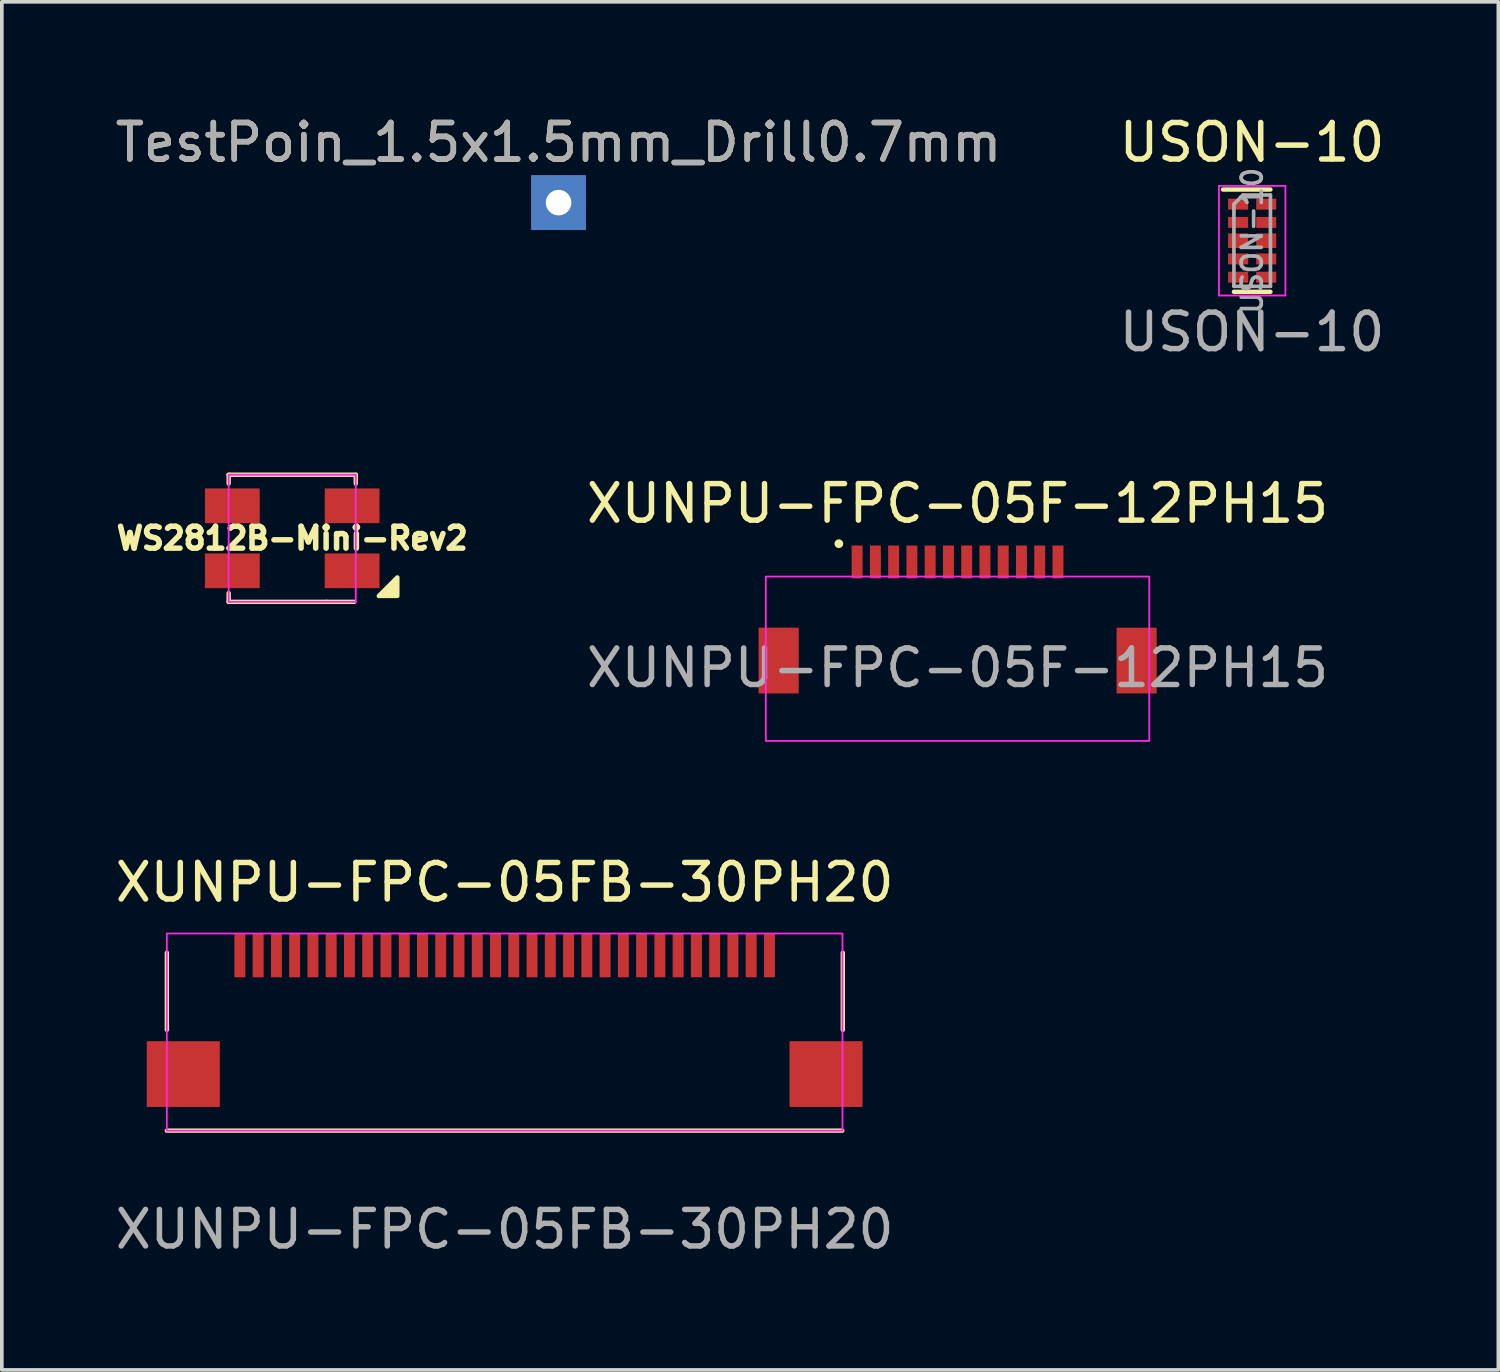
<source format=kicad_pcb>
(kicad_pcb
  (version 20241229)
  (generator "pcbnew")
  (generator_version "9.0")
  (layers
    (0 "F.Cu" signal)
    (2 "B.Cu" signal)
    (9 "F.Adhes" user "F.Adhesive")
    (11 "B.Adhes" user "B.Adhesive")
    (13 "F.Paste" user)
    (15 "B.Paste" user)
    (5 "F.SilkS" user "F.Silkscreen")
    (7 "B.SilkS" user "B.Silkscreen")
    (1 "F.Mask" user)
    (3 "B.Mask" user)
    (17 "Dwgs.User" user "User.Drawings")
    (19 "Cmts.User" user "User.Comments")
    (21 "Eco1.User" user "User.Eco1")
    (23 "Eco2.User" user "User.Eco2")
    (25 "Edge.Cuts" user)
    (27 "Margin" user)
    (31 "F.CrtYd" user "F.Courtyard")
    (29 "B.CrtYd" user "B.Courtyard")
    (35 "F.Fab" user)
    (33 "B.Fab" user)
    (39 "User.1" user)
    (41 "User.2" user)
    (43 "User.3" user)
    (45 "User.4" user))
  (footprint "WS2812B-Mini-Rev2"
    (layer "F.Cu")
    (at 4.951 11.689)
    (property "Reference" "WS2812B-Mini-Rev2" (at 0 0 180) (layer "F.SilkS") (effects (font (size 0.6 0.6) (thickness 0.15))))
    (attr smd)
    (fp_line (start -1.74 -1.74) (end -1.74 -1.5) (stroke (width 0.12) (type solid)) (layer "F.SilkS"))
    (fp_line (start -1.74 -1.74) (end 1.74 -1.74) (stroke (width 0.12) (type solid)) (layer "F.SilkS"))
    (fp_line (start -1.74 1.74) (end -1.74 1.5) (stroke (width 0.12) (type solid)) (layer "F.SilkS"))
    (fp_line (start 0.94 1.74) (end -1.74 1.74) (stroke (width 0.12) (type solid)) (layer "F.SilkS"))
    (fp_line (start 0.94 1.74) (end 1.7 1.74) (stroke (width 0.12) (type solid)) (layer "F.SilkS"))
    (fp_line (start 1.74 -1.74) (end 1.74 -1.5) (stroke (width 0.12) (type solid)) (layer "F.SilkS"))
    (fp_poly (pts (xy 2.879 1.579) (xy 2.371 1.579) (xy 2.879 1.071)) (stroke (width 0.12) (type solid)) (fill yes) (layer "F.SilkS"))
    (fp_line (start -1.74 1.74) (end -1.74 -1.74) (stroke (width 0.05) (type solid)) (layer "F.CrtYd"))
    (fp_line (start -1.74 1.74) (end 1.74 1.74) (stroke (width 0.05) (type solid)) (layer "F.CrtYd"))
    (fp_line (start 1.74 -1.74) (end -1.74 -1.74) (stroke (width 0.05) (type solid)) (layer "F.CrtYd"))
    (fp_line (start 1.74 1.74) (end 1.74 -1.74) (stroke (width 0.05) (type solid)) (layer "F.CrtYd"))
    (pad "1" smd rect (at -1.64 -0.89 90) (size 0.951 1.5) (layers "F.Cu" "F.Mask" "F.Paste"))
    (pad "2" smd rect (at -1.64 0.89 90) (size 0.95 1.5) (layers "F.Cu" "F.Mask" "F.Paste"))
    (pad "3" smd rect (at 1.64 0.89 90) (size 0.95 1.5) (layers "F.Cu" "F.Mask" "F.Paste"))
    (pad "4" smd rect (at 1.64 -0.89 90) (size 0.95 1.5) (layers "F.Cu" "F.Mask" "F.Paste")))
  (footprint "TestPoin_1.5x1.5mm_Drill0.7mm"
    (layer "F.Cu")
    (at 12.244 2.498)
    (property "Reference" "TestPoin_1.5x1.5mm_Drill0.7mm" (at 0 -1.648 0) (layer "F.SilkS") (effects (font (size 1 1) (thickness 0.15))))
    (attr exclude_from_pos_files exclude_from_bom)
    (fp_text user "${REFERENCE}" (at 0 -1.65 0) (layer "F.Fab") (effects (font (size 1 1) (thickness 0.15))))
    (pad "1" thru_hole rect (at 0 0) (size 1.5 1.5) (drill 0.7) (layers "*.Cu" "*.Mask")))
  (footprint "XUNPU-FPC-05FB-30PH20"
    (layer "F.Cu")
    (at 10.768 23.11)
    (property "Reference" "XUNPU-FPC-05FB-30PH20" (at 0 -2 0) (unlocked yes) (layer "F.SilkS") (effects (font (size 1 1) (thickness 0.15))))
    (attr smd)
    (fp_line (start -9.249 2.039) (end -9.249 -0.073) (stroke (width 0.12) (type solid)) (layer "F.SilkS"))
    (fp_line (start 9.245 4.798) (end -9.249 4.798) (stroke (width 0.12) (type solid)) (layer "F.SilkS"))
    (fp_line (start 9.259 2.039) (end 9.259 -0.073) (stroke (width 0.12) (type solid)) (layer "F.SilkS"))
    (fp_rect (start -9.25 -0.6) (end 9.25 4.8) (stroke (width 0.05) (type solid)) (fill no) (layer "F.CrtYd"))
    (fp_text user "${REFERENCE}" (at 0 7.5 0) (unlocked yes) (layer "F.Fab") (effects (font (size 1 1) (thickness 0.15))))
    (pad "1" smd rect (at -7.25 0) (size 0.3 1.2) (layers "F.Cu" "F.Mask" "F.Paste"))
    (pad "2" smd rect (at -6.75 0) (size 0.3 1.2) (layers "F.Cu" "F.Mask" "F.Paste"))
    (pad "3" smd rect (at -6.25 0) (size 0.3 1.2) (layers "F.Cu" "F.Mask" "F.Paste"))
    (pad "4" smd rect (at -5.75 0) (size 0.3 1.2) (layers "F.Cu" "F.Mask" "F.Paste"))
    (pad "5" smd rect (at -5.25 0) (size 0.3 1.2) (layers "F.Cu" "F.Mask" "F.Paste"))
    (pad "6" smd rect (at -4.75 0) (size 0.3 1.2) (layers "F.Cu" "F.Mask" "F.Paste"))
    (pad "7" smd rect (at -4.25 0) (size 0.3 1.2) (layers "F.Cu" "F.Mask" "F.Paste"))
    (pad "8" smd rect (at -3.75 0) (size 0.3 1.2) (layers "F.Cu" "F.Mask" "F.Paste"))
    (pad "9" smd rect (at -3.25 0) (size 0.3 1.2) (layers "F.Cu" "F.Mask" "F.Paste"))
    (pad "10" smd rect (at -2.75 0) (size 0.3 1.2) (layers "F.Cu" "F.Mask" "F.Paste"))
    (pad "11" smd rect (at -2.25 0) (size 0.3 1.2) (layers "F.Cu" "F.Mask" "F.Paste"))
    (pad "12" smd rect (at -1.75 0) (size 0.3 1.2) (layers "F.Cu" "F.Mask" "F.Paste"))
    (pad "13" smd rect (at -1.25 0) (size 0.3 1.2) (layers "F.Cu" "F.Mask" "F.Paste"))
    (pad "14" smd rect (at -0.75 0) (size 0.3 1.2) (layers "F.Cu" "F.Mask" "F.Paste"))
    (pad "15" smd rect (at -0.25 0) (size 0.3 1.2) (layers "F.Cu" "F.Mask" "F.Paste"))
    (pad "16" smd rect (at 0.25 0) (size 0.3 1.2) (layers "F.Cu" "F.Mask" "F.Paste"))
    (pad "17" smd rect (at 0.75 0) (size 0.3 1.2) (layers "F.Cu" "F.Mask" "F.Paste"))
    (pad "18" smd rect (at 1.25 0) (size 0.3 1.2) (layers "F.Cu" "F.Mask" "F.Paste"))
    (pad "19" smd rect (at 1.75 0) (size 0.3 1.2) (layers "F.Cu" "F.Mask" "F.Paste"))
    (pad "20" smd rect (at 2.25 0) (size 0.3 1.2) (layers "F.Cu" "F.Mask" "F.Paste"))
    (pad "21" smd rect (at 2.75 0) (size 0.3 1.2) (layers "F.Cu" "F.Mask" "F.Paste"))
    (pad "22" smd rect (at 3.25 0) (size 0.3 1.2) (layers "F.Cu" "F.Mask" "F.Paste"))
    (pad "23" smd rect (at 3.75 0) (size 0.3 1.2) (layers "F.Cu" "F.Mask" "F.Paste"))
    (pad "24" smd rect (at 4.25 0) (size 0.3 1.2) (layers "F.Cu" "F.Mask" "F.Paste"))
    (pad "25" smd rect (at 4.75 0) (size 0.3 1.2) (layers "F.Cu" "F.Mask" "F.Paste"))
    (pad "26" smd rect (at 5.25 0) (size 0.3 1.2) (layers "F.Cu" "F.Mask" "F.Paste"))
    (pad "27" smd rect (at 5.75 0) (size 0.3 1.2) (layers "F.Cu" "F.Mask" "F.Paste"))
    (pad "28" smd rect (at 6.25 0) (size 0.3 1.2) (layers "F.Cu" "F.Mask" "F.Paste"))
    (pad "29" smd rect (at 6.75 0) (size 0.3 1.2) (layers "F.Cu" "F.Mask" "F.Paste"))
    (pad "30" smd rect (at 7.25 0) (size 0.3 1.2) (layers "F.Cu" "F.Mask" "F.Paste"))
    (pad "MP1" smd rect (at -8.8 3.25) (size 2 1.8) (layers "F.Cu" "F.Mask" "F.Paste"))
    (pad "MP2" smd rect (at 8.8 3.25) (size 2 1.8) (layers "F.Cu" "F.Mask" "F.Paste")))
  (footprint "XUNPU-FPC-05F-12PH15"
    (layer "F.Cu")
    (at 23.169 12.737)
    (property "Reference" "XUNPU-FPC-05F-12PH15" (at 0 -2 0) (unlocked yes) (layer "F.SilkS") (effects (font (size 1 1) (thickness 0.15))))
    (attr smd)
    (fp_circle (center -3.25 -0.9) (end -3.25 -0.9) (stroke (width 0.12) (type solid)) (fill no) (layer "F.SilkS"))
    (fp_rect (start 5.25 4.5) (end -5.25 0) (stroke (width 0.05) (type solid)) (fill no) (layer "F.CrtYd"))
    (fp_text user "${REFERENCE}" (at 0 2.5 0) (unlocked yes) (layer "F.Fab") (effects (font (size 1 1) (thickness 0.15))))
    (pad "0" smd rect (at -4.899 2.299) (size 1.1 1.8) (layers "F.Cu" "F.Mask" "F.Paste"))
    (pad "0" smd rect (at 4.903 2.3) (size 1.1 1.8) (layers "F.Cu" "F.Mask" "F.Paste"))
    (pad "1" smd rect (at -2.75 -0.4) (size 0.3 0.9) (layers "F.Cu" "F.Mask" "F.Paste"))
    (pad "2" smd rect (at -2.25 -0.4) (size 0.3 0.9) (layers "F.Cu" "F.Mask" "F.Paste"))
    (pad "3" smd rect (at -1.75 -0.4) (size 0.3 0.9) (layers "F.Cu" "F.Mask" "F.Paste"))
    (pad "4" smd rect (at -1.25 -0.4) (size 0.3 0.9) (layers "F.Cu" "F.Mask" "F.Paste"))
    (pad "5" smd rect (at -0.75 -0.4) (size 0.3 0.9) (layers "F.Cu" "F.Mask" "F.Paste"))
    (pad "6" smd rect (at -0.25 -0.4) (size 0.3 0.9) (layers "F.Cu" "F.Mask" "F.Paste"))
    (pad "7" smd rect (at 0.25 -0.4) (size 0.3 0.9) (layers "F.Cu" "F.Mask" "F.Paste"))
    (pad "8" smd rect (at 0.75 -0.4) (size 0.3 0.9) (layers "F.Cu" "F.Mask" "F.Paste"))
    (pad "9" smd rect (at 1.25 -0.4) (size 0.3 0.9) (layers "F.Cu" "F.Mask" "F.Paste"))
    (pad "10" smd rect (at 1.75 -0.4) (size 0.3 0.9) (layers "F.Cu" "F.Mask" "F.Paste"))
    (pad "11" smd rect (at 2.25 -0.4) (size 0.3 0.9) (layers "F.Cu" "F.Mask" "F.Paste"))
    (pad "12" smd rect (at 2.75 -0.4) (size 0.3 0.9) (layers "F.Cu" "F.Mask" "F.Paste")))
  (footprint "USON-10"
    (layer "F.Cu")
    (at 31.232 3.541)
    (property "Reference" "USON-10" (at 0 -2.692 0) (unlocked yes) (layer "F.SilkS") (effects (font (size 1 1) (thickness 0.15))))
    (attr smd)
    (fp_line (start 0.504 -1.401) (end -0.796 -1.401) (stroke (width 0.12) (type solid)) (layer "F.SilkS"))
    (fp_line (start 0.504 1.399) (end -0.496 1.399) (stroke (width 0.12) (type solid)) (layer "F.SilkS"))
    (fp_line (start -0.906 -1.501) (end 0.914 -1.501) (stroke (width 0.05) (type solid)) (layer "F.CrtYd"))
    (fp_line (start -0.906 1.499) (end -0.906 -1.501) (stroke (width 0.05) (type solid)) (layer "F.CrtYd"))
    (fp_line (start 0.914 -1.501) (end 0.914 1.499) (stroke (width 0.05) (type solid)) (layer "F.CrtYd"))
    (fp_line (start 0.914 1.499) (end -0.906 1.499) (stroke (width 0.05) (type solid)) (layer "F.CrtYd"))
    (fp_line (start -0.496 -1.001) (end -0.496 1.249) (stroke (width 0.1) (type solid)) (layer "F.Fab"))
    (fp_line (start -0.496 1.249) (end 0.504 1.249) (stroke (width 0.1) (type solid)) (layer "F.Fab"))
    (fp_line (start -0.246 -1.251) (end -0.496 -1.001) (stroke (width 0.1) (type solid)) (layer "F.Fab"))
    (fp_line (start 0.504 -1.251) (end -0.246 -1.251) (stroke (width 0.1) (type solid)) (layer "F.Fab"))
    (fp_line (start 0.504 -1.251) (end 0.504 1.249) (stroke (width 0.1) (type solid)) (layer "F.Fab"))
    (fp_text user "${REFERENCE}" (at 0.004 -0.001 90) (layer "F.Fab") (effects (font (size 0.55 0.55) (thickness 0.1))))
    (fp_text user "${REFERENCE}" (at 0 2.5 0) (unlocked yes) (layer "F.Fab") (effects (font (size 1 1) (thickness 0.15))))
    (pad "1" smd rect (at -0.381 -1.001 270) (size 0.3 0.55) (layers "F.Cu" "F.Mask" "F.Paste"))
    (pad "2" smd rect (at -0.381 -0.501 270) (size 0.3 0.55) (layers "F.Cu" "F.Mask" "F.Paste"))
    (pad "3" smd rect (at -0.381 -0.001 270) (size 0.4 0.55) (layers "F.Cu" "F.Mask" "F.Paste"))
    (pad "4" smd rect (at -0.381 0.499 270) (size 0.3 0.55) (layers "F.Cu" "F.Mask" "F.Paste"))
    (pad "5" smd rect (at -0.381 0.999 270) (size 0.3 0.55) (layers "F.Cu" "F.Mask" "F.Paste"))
    (pad "6" smd rect (at 0.389 0.999 270) (size 0.3 0.55) (layers "F.Cu" "F.Mask" "F.Paste"))
    (pad "7" smd rect (at 0.389 0.499 270) (size 0.3 0.55) (layers "F.Cu" "F.Mask" "F.Paste"))
    (pad "8" smd rect (at 0.389 -0.001 270) (size 0.4 0.55) (layers "F.Cu" "F.Mask" "F.Paste"))
    (pad "9" smd rect (at 0.389 -0.501 270) (size 0.3 0.55) (layers "F.Cu" "F.Mask" "F.Paste"))
    (pad "10" smd rect (at 0.389 -1.001 270) (size 0.3 0.55) (layers "F.Cu" "F.Mask" "F.Paste")))
  (gr_rect
    (start -3 -3)
    (end 37.976 34.459)
    (stroke (width 0.1) (type default))
    (fill no)
    (layer "Edge.Cuts")))
</source>
